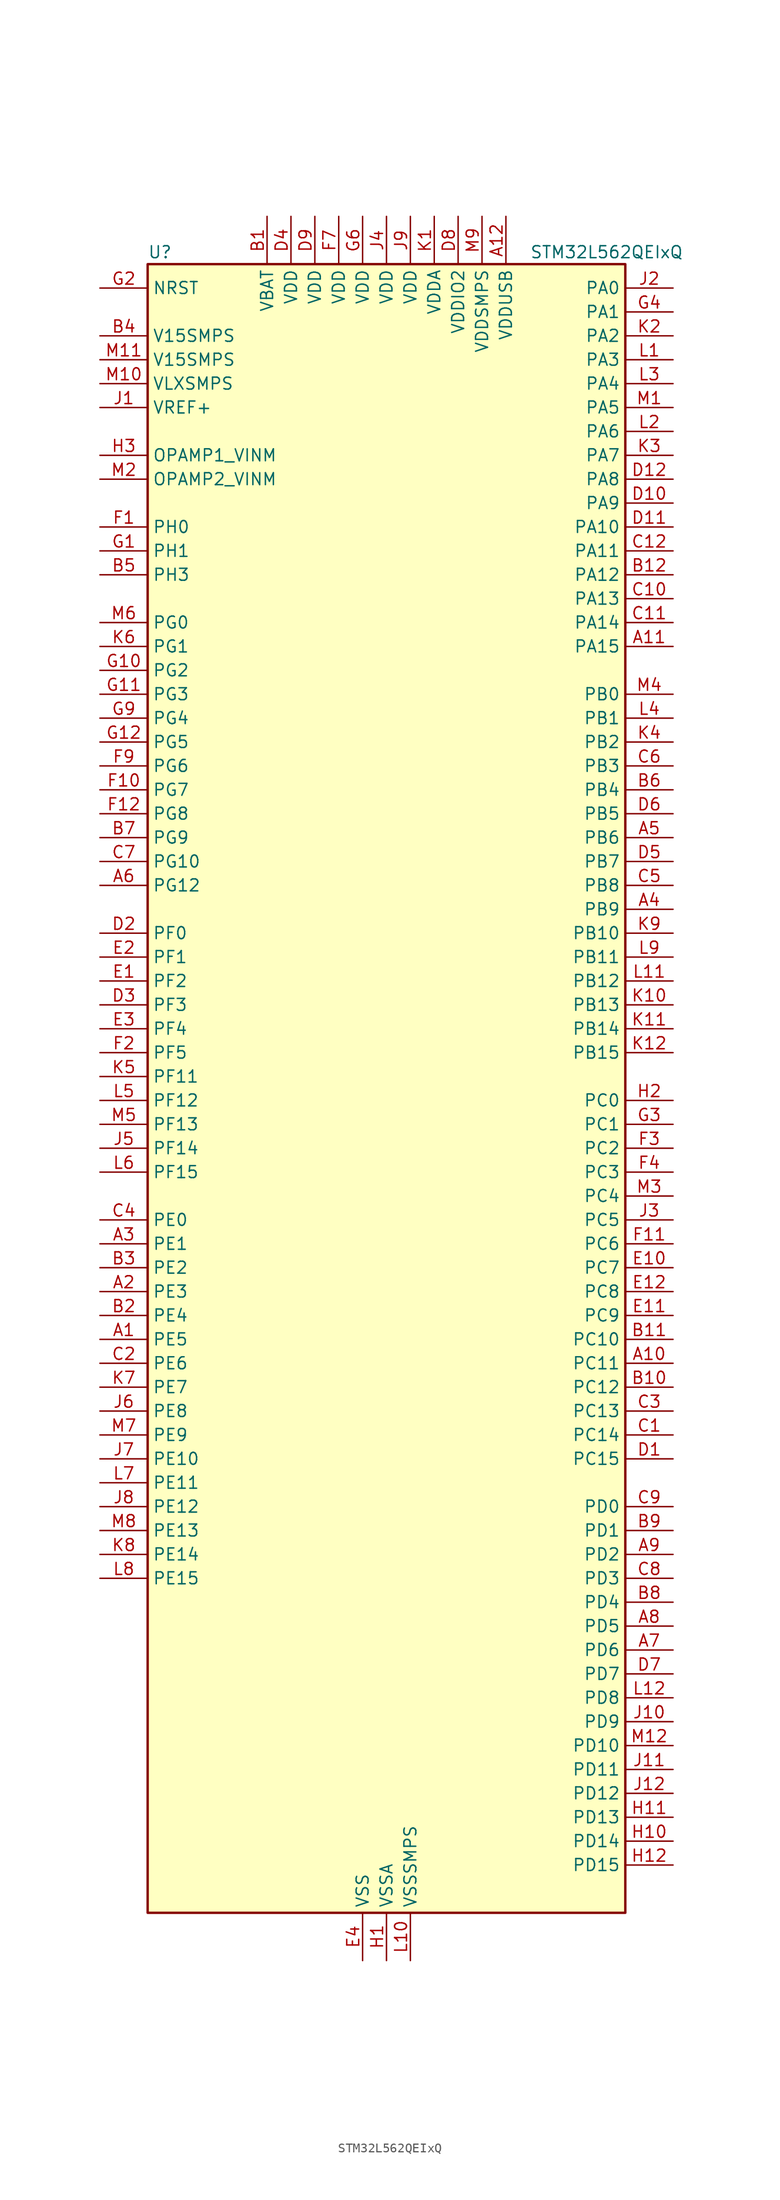
<source format=kicad_sym>
(kicad_symbol_lib
  (version 20220914)
  (generator kicad_symbol_editor)
  (symbol "STM32L562QEIxQ"
    (property "Reference" "U"
      (at -25.4 90.17 0)
      (effects (font (size 1.27 1.27)) (justify left)))
    (property "Value" "STM32L562QEIxQ"
      (at 15.24 90.17 0)
      (effects (font (size 1.27 1.27)) (justify left)))
    (property "ki_locked" ""
      (at 0 0 0)
      (effects (font (size 1.27 1.27))))
    (symbol "STM32L562QEIxQ_0_1"
      (rectangle (start -25.4 -86.36) (end 25.4 88.9) (stroke (width 0.254) (type default)) (fill (type background))))
    (symbol "STM32L562QEIxQ_1_1"
      (pin bidirectional line (at -30.48 -25.4 0) (length 5.08) (name "PE5" (effects (font (size 1.27 1.27)))) (number "A1" (effects (font (size 1.27 1.27)))) (alternate "DEBUG_TRACED2" bidirectional line) (alternate "DFSDM1_CKIN3" bidirectional line) (alternate "FMC_A21" bidirectional line) (alternate "SAI1_CK2" bidirectional line) (alternate "SAI1_SCK_A" bidirectional line) (alternate "TIM3_CH3" bidirectional line) (alternate "TSC_G7_IO4" bidirectional line))
      (pin bidirectional line (at 30.48 -27.94 180) (length 5.08) (name "PC11" (effects (font (size 1.27 1.27)))) (number "A10" (effects (font (size 1.27 1.27)))) (alternate "ADC1_EXTI11" bidirectional line) (alternate "ADC2_EXTI11" bidirectional line) (alternate "LPTIM3_IN1" bidirectional line) (alternate "OCTOSPI1_NCS" bidirectional line) (alternate "SAI2_MCLK_B" bidirectional line) (alternate "SDMMC1_D3" bidirectional line) (alternate "SPI3_MISO" bidirectional line) (alternate "TSC_G3_IO3" bidirectional line) (alternate "UART4_RX" bidirectional line) (alternate "UCPD1_FRSTX2" bidirectional line) (alternate "USART3_RX" bidirectional line))
      (pin bidirectional line (at 30.48 48.26 180) (length 5.08) (name "PA15" (effects (font (size 1.27 1.27)))) (number "A11" (effects (font (size 1.27 1.27)))) (alternate "ADC1_EXTI15" bidirectional line) (alternate "ADC2_EXTI15" bidirectional line) (alternate "DEBUG_JTDI" bidirectional line) (alternate "SAI2_FS_B" bidirectional line) (alternate "SPI1_NSS" bidirectional line) (alternate "SPI3_NSS" bidirectional line) (alternate "TIM2_CH1" bidirectional line) (alternate "TIM2_ETR" bidirectional line) (alternate "UART4_DE" bidirectional line) (alternate "UART4_RTS" bidirectional line) (alternate "UCPD1_CC1" bidirectional line) (alternate "USART2_RX" bidirectional line) (alternate "USART3_DE" bidirectional line) (alternate "USART3_RTS" bidirectional line))
      (pin power_in line (at 12.7 93.98 270) (length 5.08) (name "VDDUSB" (effects (font (size 1.27 1.27)))) (number "A12" (effects (font (size 1.27 1.27)))))
      (pin bidirectional line (at -30.48 -20.32 0) (length 5.08) (name "PE3" (effects (font (size 1.27 1.27)))) (number "A2" (effects (font (size 1.27 1.27)))) (alternate "DEBUG_TRACED0" bidirectional line) (alternate "FMC_A19" bidirectional line) (alternate "OCTOSPI1_DQS" bidirectional line) (alternate "SAI1_SD_B" bidirectional line) (alternate "TIM3_CH1" bidirectional line) (alternate "TSC_G7_IO2" bidirectional line))
      (pin bidirectional line (at -30.48 -15.24 0) (length 5.08) (name "PE1" (effects (font (size 1.27 1.27)))) (number "A3" (effects (font (size 1.27 1.27)))) (alternate "FMC_NBL1" bidirectional line) (alternate "TIM17_CH1" bidirectional line))
      (pin bidirectional line (at 30.48 20.32 180) (length 5.08) (name "PB9" (effects (font (size 1.27 1.27)))) (number "A4" (effects (font (size 1.27 1.27)))) (alternate "DAC1_EXTI9" bidirectional line) (alternate "FDCAN1_TX" bidirectional line) (alternate "I2C1_SDA" bidirectional line) (alternate "IR_OUT" bidirectional line) (alternate "SAI1_D2" bidirectional line) (alternate "SAI1_FS_A" bidirectional line) (alternate "SDMMC1_CDIR" bidirectional line) (alternate "SDMMC1_D5" bidirectional line) (alternate "SPI2_NSS" bidirectional line) (alternate "TIM17_CH1" bidirectional line) (alternate "TIM4_CH4" bidirectional line))
      (pin bidirectional line (at 30.48 27.94 180) (length 5.08) (name "PB6" (effects (font (size 1.27 1.27)))) (number "A5" (effects (font (size 1.27 1.27)))) (alternate "COMP2_INP" bidirectional line) (alternate "I2C1_SCL" bidirectional line) (alternate "I2C4_SCL" bidirectional line) (alternate "LPTIM1_ETR" bidirectional line) (alternate "SAI1_FS_B" bidirectional line) (alternate "TIM16_CH1N" bidirectional line) (alternate "TIM4_CH1" bidirectional line) (alternate "TIM8_BKIN2" bidirectional line) (alternate "TSC_G2_IO3" bidirectional line) (alternate "USART1_TX" bidirectional line))
      (pin bidirectional line (at -30.48 22.86 0) (length 5.08) (name "PG12" (effects (font (size 1.27 1.27)))) (number "A6" (effects (font (size 1.27 1.27)))) (alternate "FMC_NE4" bidirectional line) (alternate "LPTIM1_ETR" bidirectional line) (alternate "SAI2_SD_A" bidirectional line) (alternate "SPI3_NSS" bidirectional line) (alternate "USART1_DE" bidirectional line) (alternate "USART1_RTS" bidirectional line))
      (pin bidirectional line (at 30.48 -58.42 180) (length 5.08) (name "PD6" (effects (font (size 1.27 1.27)))) (number "A7" (effects (font (size 1.27 1.27)))) (alternate "DFSDM1_DATIN1" bidirectional line) (alternate "FMC_NWAIT" bidirectional line) (alternate "OCTOSPI1_IO6" bidirectional line) (alternate "SAI1_D1" bidirectional line) (alternate "SAI1_SD_A" bidirectional line) (alternate "SPI3_MOSI" bidirectional line) (alternate "USART2_RX" bidirectional line))
      (pin bidirectional line (at 30.48 -55.88 180) (length 5.08) (name "PD5" (effects (font (size 1.27 1.27)))) (number "A8" (effects (font (size 1.27 1.27)))) (alternate "FMC_NWE" bidirectional line) (alternate "OCTOSPI1_IO5" bidirectional line) (alternate "USART2_TX" bidirectional line))
      (pin bidirectional line (at 30.48 -48.26 180) (length 5.08) (name "PD2" (effects (font (size 1.27 1.27)))) (number "A9" (effects (font (size 1.27 1.27)))) (alternate "DEBUG_TRACED2" bidirectional line) (alternate "SDMMC1_CMD" bidirectional line) (alternate "TIM3_ETR" bidirectional line) (alternate "TSC_SYNC" bidirectional line) (alternate "UART5_RX" bidirectional line) (alternate "USART3_DE" bidirectional line) (alternate "USART3_RTS" bidirectional line))
      (pin power_in line (at -12.7 93.98 270) (length 5.08) (name "VBAT" (effects (font (size 1.27 1.27)))) (number "B1" (effects (font (size 1.27 1.27)))))
      (pin bidirectional line (at 30.48 -30.48 180) (length 5.08) (name "PC12" (effects (font (size 1.27 1.27)))) (number "B10" (effects (font (size 1.27 1.27)))) (alternate "DEBUG_TRACED3" bidirectional line) (alternate "SAI2_SD_B" bidirectional line) (alternate "SDMMC1_CK" bidirectional line) (alternate "SPI3_MOSI" bidirectional line) (alternate "TSC_G3_IO4" bidirectional line) (alternate "UART5_TX" bidirectional line) (alternate "USART3_CK" bidirectional line))
      (pin bidirectional line (at 30.48 -25.4 180) (length 5.08) (name "PC10" (effects (font (size 1.27 1.27)))) (number "B11" (effects (font (size 1.27 1.27)))) (alternate "DEBUG_TRACED1" bidirectional line) (alternate "LPTIM3_ETR" bidirectional line) (alternate "SAI2_SCK_B" bidirectional line) (alternate "SDMMC1_D2" bidirectional line) (alternate "SPI3_SCK" bidirectional line) (alternate "TSC_G3_IO2" bidirectional line) (alternate "UART4_TX" bidirectional line) (alternate "USART3_TX" bidirectional line))
      (pin bidirectional line (at 30.48 55.88 180) (length 5.08) (name "PA12" (effects (font (size 1.27 1.27)))) (number "B12" (effects (font (size 1.27 1.27)))) (alternate "FDCAN1_TX" bidirectional line) (alternate "SPI1_MOSI" bidirectional line) (alternate "TIM1_ETR" bidirectional line) (alternate "USART1_DE" bidirectional line) (alternate "USART1_RTS" bidirectional line) (alternate "USB_DP" bidirectional line))
      (pin bidirectional line (at -30.48 -22.86 0) (length 5.08) (name "PE4" (effects (font (size 1.27 1.27)))) (number "B2" (effects (font (size 1.27 1.27)))) (alternate "DEBUG_TRACED1" bidirectional line) (alternate "DFSDM1_DATIN3" bidirectional line) (alternate "FMC_A20" bidirectional line) (alternate "SAI1_D2" bidirectional line) (alternate "SAI1_FS_A" bidirectional line) (alternate "TIM3_CH2" bidirectional line) (alternate "TSC_G7_IO3" bidirectional line))
      (pin bidirectional line (at -30.48 -17.78 0) (length 5.08) (name "PE2" (effects (font (size 1.27 1.27)))) (number "B3" (effects (font (size 1.27 1.27)))) (alternate "DEBUG_TRACECLK" bidirectional line) (alternate "FMC_A23" bidirectional line) (alternate "SAI1_CK1" bidirectional line) (alternate "SAI1_MCLK_A" bidirectional line) (alternate "TIM3_ETR" bidirectional line) (alternate "TSC_G7_IO1" bidirectional line))
      (pin power_in line (at -30.48 81.28 0) (length 5.08) (name "V15SMPS" (effects (font (size 1.27 1.27)))) (number "B4" (effects (font (size 1.27 1.27)))))
      (pin bidirectional line (at -30.48 55.88 0) (length 5.08) (name "PH3" (effects (font (size 1.27 1.27)))) (number "B5" (effects (font (size 1.27 1.27)))))
      (pin bidirectional line (at 30.48 33.02 180) (length 5.08) (name "PB4" (effects (font (size 1.27 1.27)))) (number "B6" (effects (font (size 1.27 1.27)))) (alternate "COMP2_INP" bidirectional line) (alternate "DEBUG_JTRST" bidirectional line) (alternate "I2C3_SDA" bidirectional line) (alternate "SAI1_MCLK_B" bidirectional line) (alternate "SPI1_MISO" bidirectional line) (alternate "SPI3_MISO" bidirectional line) (alternate "TIM17_BKIN" bidirectional line) (alternate "TIM3_CH1" bidirectional line) (alternate "TSC_G2_IO1" bidirectional line) (alternate "UART5_DE" bidirectional line) (alternate "UART5_RTS" bidirectional line) (alternate "USART1_CTS" bidirectional line) (alternate "USART1_NSS" bidirectional line))
      (pin bidirectional line (at -30.48 27.94 0) (length 5.08) (name "PG9" (effects (font (size 1.27 1.27)))) (number "B7" (effects (font (size 1.27 1.27)))) (alternate "DAC1_EXTI9" bidirectional line) (alternate "FMC_NCE" bidirectional line) (alternate "FMC_NE2" bidirectional line) (alternate "SAI2_SCK_A" bidirectional line) (alternate "SPI3_SCK" bidirectional line) (alternate "TIM15_CH1N" bidirectional line) (alternate "USART1_TX" bidirectional line))
      (pin bidirectional line (at 30.48 -53.34 180) (length 5.08) (name "PD4" (effects (font (size 1.27 1.27)))) (number "B8" (effects (font (size 1.27 1.27)))) (alternate "DFSDM1_CKIN0" bidirectional line) (alternate "FMC_NOE" bidirectional line) (alternate "OCTOSPI1_IO4" bidirectional line) (alternate "SPI2_MOSI" bidirectional line) (alternate "USART2_DE" bidirectional line) (alternate "USART2_RTS" bidirectional line))
      (pin bidirectional line (at 30.48 -45.72 180) (length 5.08) (name "PD1" (effects (font (size 1.27 1.27)))) (number "B9" (effects (font (size 1.27 1.27)))) (alternate "FDCAN1_TX" bidirectional line) (alternate "FMC_D3" bidirectional line) (alternate "FMC_DA3" bidirectional line) (alternate "SPI2_SCK" bidirectional line))
      (pin bidirectional line (at 30.48 -35.56 180) (length 5.08) (name "PC14" (effects (font (size 1.27 1.27)))) (number "C1" (effects (font (size 1.27 1.27)))) (alternate "RCC_OSC32_IN" bidirectional line))
      (pin bidirectional line (at 30.48 53.34 180) (length 5.08) (name "PA13" (effects (font (size 1.27 1.27)))) (number "C10" (effects (font (size 1.27 1.27)))) (alternate "DEBUG_JTMS-SWDIO" bidirectional line) (alternate "IR_OUT" bidirectional line) (alternate "SAI1_SD_B" bidirectional line) (alternate "USB_NOE" bidirectional line))
      (pin bidirectional line (at 30.48 50.8 180) (length 5.08) (name "PA14" (effects (font (size 1.27 1.27)))) (number "C11" (effects (font (size 1.27 1.27)))) (alternate "DEBUG_JTCK-SWCLK" bidirectional line) (alternate "I2C1_SMBA" bidirectional line) (alternate "I2C4_SMBA" bidirectional line) (alternate "LPTIM1_OUT" bidirectional line) (alternate "SAI1_FS_B" bidirectional line))
      (pin bidirectional line (at 30.48 58.42 180) (length 5.08) (name "PA11" (effects (font (size 1.27 1.27)))) (number "C12" (effects (font (size 1.27 1.27)))) (alternate "ADC1_EXTI11" bidirectional line) (alternate "ADC2_EXTI11" bidirectional line) (alternate "FDCAN1_RX" bidirectional line) (alternate "SPI1_MISO" bidirectional line) (alternate "TIM1_BKIN2" bidirectional line) (alternate "TIM1_CH4" bidirectional line) (alternate "USART1_CTS" bidirectional line) (alternate "USART1_NSS" bidirectional line) (alternate "USB_DM" bidirectional line))
      (pin bidirectional line (at -30.48 -27.94 0) (length 5.08) (name "PE6" (effects (font (size 1.27 1.27)))) (number "C2" (effects (font (size 1.27 1.27)))) (alternate "DEBUG_TRACED3" bidirectional line) (alternate "FMC_A22" bidirectional line) (alternate "PWR_WKUP3" bidirectional line) (alternate "SAI1_D1" bidirectional line) (alternate "SAI1_SD_A" bidirectional line) (alternate "TAMP_IN3" bidirectional line) (alternate "TAMP_OUT6" bidirectional line) (alternate "TIM3_CH4" bidirectional line))
      (pin bidirectional line (at 30.48 -33.02 180) (length 5.08) (name "PC13" (effects (font (size 1.27 1.27)))) (number "C3" (effects (font (size 1.27 1.27)))) (alternate "PWR_WKUP2" bidirectional line) (alternate "RTC_OUT1" bidirectional line) (alternate "RTC_TS" bidirectional line) (alternate "TAMP_IN1" bidirectional line) (alternate "TAMP_OUT2" bidirectional line))
      (pin bidirectional line (at -30.48 -12.7 0) (length 5.08) (name "PE0" (effects (font (size 1.27 1.27)))) (number "C4" (effects (font (size 1.27 1.27)))) (alternate "FMC_NBL0" bidirectional line) (alternate "TIM16_CH1" bidirectional line) (alternate "TIM4_ETR" bidirectional line))
      (pin bidirectional line (at 30.48 22.86 180) (length 5.08) (name "PB8" (effects (font (size 1.27 1.27)))) (number "C5" (effects (font (size 1.27 1.27)))) (alternate "DFSDM1_CKOUT" bidirectional line) (alternate "FDCAN1_RX" bidirectional line) (alternate "I2C1_SCL" bidirectional line) (alternate "SAI1_CK1" bidirectional line) (alternate "SAI1_MCLK_A" bidirectional line) (alternate "SDMMC1_CKIN" bidirectional line) (alternate "SDMMC1_D4" bidirectional line) (alternate "TIM16_CH1" bidirectional line) (alternate "TIM4_CH3" bidirectional line))
      (pin bidirectional line (at 30.48 35.56 180) (length 5.08) (name "PB3" (effects (font (size 1.27 1.27)))) (number "C6" (effects (font (size 1.27 1.27)))) (alternate "COMP2_INM" bidirectional line) (alternate "CRS_SYNC" bidirectional line) (alternate "DEBUG_JTDO-SWO" bidirectional line) (alternate "SAI1_SCK_B" bidirectional line) (alternate "SPI1_SCK" bidirectional line) (alternate "SPI3_SCK" bidirectional line) (alternate "TIM2_CH2" bidirectional line) (alternate "USART1_DE" bidirectional line) (alternate "USART1_RTS" bidirectional line))
      (pin bidirectional line (at -30.48 25.4 0) (length 5.08) (name "PG10" (effects (font (size 1.27 1.27)))) (number "C7" (effects (font (size 1.27 1.27)))) (alternate "FMC_NE3" bidirectional line) (alternate "LPTIM1_IN1" bidirectional line) (alternate "SAI2_FS_A" bidirectional line) (alternate "SPI3_MISO" bidirectional line) (alternate "TIM15_CH1" bidirectional line) (alternate "USART1_RX" bidirectional line))
      (pin bidirectional line (at 30.48 -50.8 180) (length 5.08) (name "PD3" (effects (font (size 1.27 1.27)))) (number "C8" (effects (font (size 1.27 1.27)))) (alternate "DFSDM1_DATIN0" bidirectional line) (alternate "FMC_CLK" bidirectional line) (alternate "SPI2_MISO" bidirectional line) (alternate "SPI2_SCK" bidirectional line) (alternate "USART2_CTS" bidirectional line) (alternate "USART2_NSS" bidirectional line))
      (pin bidirectional line (at 30.48 -43.18 180) (length 5.08) (name "PD0" (effects (font (size 1.27 1.27)))) (number "C9" (effects (font (size 1.27 1.27)))) (alternate "FDCAN1_RX" bidirectional line) (alternate "FMC_D2" bidirectional line) (alternate "FMC_DA2" bidirectional line) (alternate "SPI2_NSS" bidirectional line))
      (pin bidirectional line (at 30.48 -38.1 180) (length 5.08) (name "PC15" (effects (font (size 1.27 1.27)))) (number "D1" (effects (font (size 1.27 1.27)))) (alternate "ADC1_EXTI15" bidirectional line) (alternate "ADC2_EXTI15" bidirectional line) (alternate "RCC_OSC32_OUT" bidirectional line))
      (pin bidirectional line (at 30.48 63.5 180) (length 5.08) (name "PA9" (effects (font (size 1.27 1.27)))) (number "D10" (effects (font (size 1.27 1.27)))) (alternate "DAC1_EXTI9" bidirectional line) (alternate "SAI1_FS_A" bidirectional line) (alternate "SPI2_SCK" bidirectional line) (alternate "TIM15_BKIN" bidirectional line) (alternate "TIM1_CH2" bidirectional line) (alternate "USART1_TX" bidirectional line))
      (pin bidirectional line (at 30.48 60.96 180) (length 5.08) (name "PA10" (effects (font (size 1.27 1.27)))) (number "D11" (effects (font (size 1.27 1.27)))) (alternate "CRS_SYNC" bidirectional line) (alternate "SAI1_D1" bidirectional line) (alternate "SAI1_SD_A" bidirectional line) (alternate "TIM17_BKIN" bidirectional line) (alternate "TIM1_CH3" bidirectional line) (alternate "USART1_RX" bidirectional line))
      (pin bidirectional line (at 30.48 66.04 180) (length 5.08) (name "PA8" (effects (font (size 1.27 1.27)))) (number "D12" (effects (font (size 1.27 1.27)))) (alternate "LPTIM2_OUT" bidirectional line) (alternate "RCC_MCO" bidirectional line) (alternate "SAI1_CK2" bidirectional line) (alternate "SAI1_SCK_A" bidirectional line) (alternate "TIM1_CH1" bidirectional line) (alternate "USART1_CK" bidirectional line))
      (pin bidirectional line (at -30.48 17.78 0) (length 5.08) (name "PF0" (effects (font (size 1.27 1.27)))) (number "D2" (effects (font (size 1.27 1.27)))) (alternate "FMC_A0" bidirectional line) (alternate "I2C2_SDA" bidirectional line))
      (pin bidirectional line (at -30.48 10.16 0) (length 5.08) (name "PF3" (effects (font (size 1.27 1.27)))) (number "D3" (effects (font (size 1.27 1.27)))) (alternate "FMC_A3" bidirectional line) (alternate "LPTIM3_IN1" bidirectional line))
      (pin power_in line (at -10.16 93.98 270) (length 5.08) (name "VDD" (effects (font (size 1.27 1.27)))) (number "D4" (effects (font (size 1.27 1.27)))))
      (pin bidirectional line (at 30.48 25.4 180) (length 5.08) (name "PB7" (effects (font (size 1.27 1.27)))) (number "D5" (effects (font (size 1.27 1.27)))) (alternate "COMP2_INM" bidirectional line) (alternate "FMC_NL" bidirectional line) (alternate "I2C1_SDA" bidirectional line) (alternate "I2C4_SDA" bidirectional line) (alternate "LPTIM1_IN2" bidirectional line) (alternate "PWR_PVD_IN" bidirectional line) (alternate "TIM17_CH1N" bidirectional line) (alternate "TIM4_CH2" bidirectional line) (alternate "TIM8_BKIN" bidirectional line) (alternate "TSC_G2_IO4" bidirectional line) (alternate "UART4_CTS" bidirectional line) (alternate "USART1_RX" bidirectional line))
      (pin bidirectional line (at 30.48 30.48 180) (length 5.08) (name "PB5" (effects (font (size 1.27 1.27)))) (number "D6" (effects (font (size 1.27 1.27)))) (alternate "COMP2_OUT" bidirectional line) (alternate "I2C1_SMBA" bidirectional line) (alternate "LPTIM1_IN1" bidirectional line) (alternate "OCTOSPI1_NCLK" bidirectional line) (alternate "SAI1_SD_B" bidirectional line) (alternate "SPI1_MOSI" bidirectional line) (alternate "SPI3_MOSI" bidirectional line) (alternate "TIM16_BKIN" bidirectional line) (alternate "TIM3_CH2" bidirectional line) (alternate "TSC_G2_IO2" bidirectional line) (alternate "UART5_CTS" bidirectional line) (alternate "UCPD1_DBCC1" bidirectional line) (alternate "USART1_CK" bidirectional line))
      (pin bidirectional line (at 30.48 -60.96 180) (length 5.08) (name "PD7" (effects (font (size 1.27 1.27)))) (number "D7" (effects (font (size 1.27 1.27)))) (alternate "DFSDM1_CKIN1" bidirectional line) (alternate "FMC_NCE" bidirectional line) (alternate "FMC_NE1" bidirectional line) (alternate "OCTOSPI1_IO7" bidirectional line) (alternate "USART2_CK" bidirectional line))
      (pin power_in line (at 7.62 93.98 270) (length 5.08) (name "VDDIO2" (effects (font (size 1.27 1.27)))) (number "D8" (effects (font (size 1.27 1.27)))))
      (pin power_in line (at -7.62 93.98 270) (length 5.08) (name "VDD" (effects (font (size 1.27 1.27)))) (number "D9" (effects (font (size 1.27 1.27)))))
      (pin bidirectional line (at -30.48 12.7 0) (length 5.08) (name "PF2" (effects (font (size 1.27 1.27)))) (number "E1" (effects (font (size 1.27 1.27)))) (alternate "FMC_A2" bidirectional line) (alternate "I2C2_SMBA" bidirectional line))
      (pin bidirectional line (at 30.48 -17.78 180) (length 5.08) (name "PC7" (effects (font (size 1.27 1.27)))) (number "E10" (effects (font (size 1.27 1.27)))) (alternate "DFSDM1_DATIN3" bidirectional line) (alternate "SAI2_MCLK_B" bidirectional line) (alternate "SDMMC1_D123DIR" bidirectional line) (alternate "SDMMC1_D7" bidirectional line) (alternate "TIM3_CH2" bidirectional line) (alternate "TIM8_CH2" bidirectional line) (alternate "TSC_G4_IO2" bidirectional line))
      (pin bidirectional line (at 30.48 -22.86 180) (length 5.08) (name "PC9" (effects (font (size 1.27 1.27)))) (number "E11" (effects (font (size 1.27 1.27)))) (alternate "DAC1_EXTI9" bidirectional line) (alternate "DEBUG_TRACED0" bidirectional line) (alternate "SAI2_EXTCLK" bidirectional line) (alternate "SDMMC1_D1" bidirectional line) (alternate "TIM3_CH4" bidirectional line) (alternate "TIM8_BKIN2" bidirectional line) (alternate "TIM8_CH4" bidirectional line) (alternate "TSC_G4_IO4" bidirectional line) (alternate "USB_NOE" bidirectional line))
      (pin bidirectional line (at 30.48 -20.32 180) (length 5.08) (name "PC8" (effects (font (size 1.27 1.27)))) (number "E12" (effects (font (size 1.27 1.27)))) (alternate "SDMMC1_D0" bidirectional line) (alternate "TIM3_CH3" bidirectional line) (alternate "TIM8_CH3" bidirectional line) (alternate "TSC_G4_IO3" bidirectional line))
      (pin bidirectional line (at -30.48 15.24 0) (length 5.08) (name "PF1" (effects (font (size 1.27 1.27)))) (number "E2" (effects (font (size 1.27 1.27)))) (alternate "FMC_A1" bidirectional line) (alternate "I2C2_SCL" bidirectional line))
      (pin bidirectional line (at -30.48 7.62 0) (length 5.08) (name "PF4" (effects (font (size 1.27 1.27)))) (number "E3" (effects (font (size 1.27 1.27)))) (alternate "FMC_A4" bidirectional line) (alternate "LPTIM3_ETR" bidirectional line))
      (pin power_in line (at -2.54 -91.44 90) (length 5.08) (name "VSS" (effects (font (size 1.27 1.27)))) (number "E4" (effects (font (size 1.27 1.27)))))
      (pin passive line (at -2.54 -91.44 90) (length 5.08) hide (name "VSS" (effects (font (size 1.27 1.27)))) (number "E9" (effects (font (size 1.27 1.27)))))
      (pin bidirectional line (at -30.48 60.96 0) (length 5.08) (name "PH0" (effects (font (size 1.27 1.27)))) (number "F1" (effects (font (size 1.27 1.27)))) (alternate "RCC_OSC_IN" bidirectional line))
      (pin bidirectional line (at -30.48 33.02 0) (length 5.08) (name "PG7" (effects (font (size 1.27 1.27)))) (number "F10" (effects (font (size 1.27 1.27)))) (alternate "DFSDM1_CKOUT" bidirectional line) (alternate "FMC_INT" bidirectional line) (alternate "I2C3_SCL" bidirectional line) (alternate "LPUART1_TX" bidirectional line) (alternate "SAI1_CK1" bidirectional line) (alternate "SAI1_MCLK_A" bidirectional line) (alternate "UCPD1_FRSTX2" bidirectional line))
      (pin bidirectional line (at 30.48 -15.24 180) (length 5.08) (name "PC6" (effects (font (size 1.27 1.27)))) (number "F11" (effects (font (size 1.27 1.27)))) (alternate "DFSDM1_CKIN3" bidirectional line) (alternate "SAI2_MCLK_A" bidirectional line) (alternate "SDMMC1_D0DIR" bidirectional line) (alternate "SDMMC1_D6" bidirectional line) (alternate "TIM3_CH1" bidirectional line) (alternate "TIM8_CH1" bidirectional line) (alternate "TSC_G4_IO1" bidirectional line))
      (pin bidirectional line (at -30.48 30.48 0) (length 5.08) (name "PG8" (effects (font (size 1.27 1.27)))) (number "F12" (effects (font (size 1.27 1.27)))) (alternate "I2C3_SDA" bidirectional line) (alternate "LPUART1_RX" bidirectional line))
      (pin bidirectional line (at -30.48 5.08 0) (length 5.08) (name "PF5" (effects (font (size 1.27 1.27)))) (number "F2" (effects (font (size 1.27 1.27)))) (alternate "FMC_A5" bidirectional line) (alternate "LPTIM3_OUT" bidirectional line))
      (pin bidirectional line (at 30.48 -5.08 180) (length 5.08) (name "PC2" (effects (font (size 1.27 1.27)))) (number "F3" (effects (font (size 1.27 1.27)))) (alternate "ADC1_IN3" bidirectional line) (alternate "ADC2_IN3" bidirectional line) (alternate "DFSDM1_CKOUT" bidirectional line) (alternate "LPTIM1_IN2" bidirectional line) (alternate "OCTOSPI1_IO5" bidirectional line) (alternate "SPI2_MISO" bidirectional line))
      (pin bidirectional line (at 30.48 -7.62 180) (length 5.08) (name "PC3" (effects (font (size 1.27 1.27)))) (number "F4" (effects (font (size 1.27 1.27)))) (alternate "ADC1_IN4" bidirectional line) (alternate "ADC2_IN4" bidirectional line) (alternate "LPTIM1_ETR" bidirectional line) (alternate "LPTIM2_ETR" bidirectional line) (alternate "LPTIM3_OUT" bidirectional line) (alternate "OCTOSPI1_IO6" bidirectional line) (alternate "SAI1_D1" bidirectional line) (alternate "SAI1_SD_A" bidirectional line) (alternate "SPI2_MOSI" bidirectional line))
      (pin passive line (at -2.54 -91.44 90) (length 5.08) hide (name "VSS" (effects (font (size 1.27 1.27)))) (number "F6" (effects (font (size 1.27 1.27)))))
      (pin power_in line (at -5.08 93.98 270) (length 5.08) (name "VDD" (effects (font (size 1.27 1.27)))) (number "F7" (effects (font (size 1.27 1.27)))))
      (pin bidirectional line (at -30.48 35.56 0) (length 5.08) (name "PG6" (effects (font (size 1.27 1.27)))) (number "F9" (effects (font (size 1.27 1.27)))) (alternate "I2C3_SMBA" bidirectional line) (alternate "LPUART1_DE" bidirectional line) (alternate "LPUART1_RTS" bidirectional line) (alternate "OCTOSPI1_DQS" bidirectional line) (alternate "UCPD1_FRSTX1" bidirectional line))
      (pin bidirectional line (at -30.48 58.42 0) (length 5.08) (name "PH1" (effects (font (size 1.27 1.27)))) (number "G1" (effects (font (size 1.27 1.27)))) (alternate "RCC_OSC_OUT" bidirectional line))
      (pin bidirectional line (at -30.48 45.72 0) (length 5.08) (name "PG2" (effects (font (size 1.27 1.27)))) (number "G10" (effects (font (size 1.27 1.27)))) (alternate "FMC_A12" bidirectional line) (alternate "SAI2_SCK_B" bidirectional line) (alternate "SPI1_SCK" bidirectional line))
      (pin bidirectional line (at -30.48 43.18 0) (length 5.08) (name "PG3" (effects (font (size 1.27 1.27)))) (number "G11" (effects (font (size 1.27 1.27)))) (alternate "FMC_A13" bidirectional line) (alternate "SAI2_FS_B" bidirectional line) (alternate "SPI1_MISO" bidirectional line))
      (pin bidirectional line (at -30.48 38.1 0) (length 5.08) (name "PG5" (effects (font (size 1.27 1.27)))) (number "G12" (effects (font (size 1.27 1.27)))) (alternate "FMC_A15" bidirectional line) (alternate "LPUART1_CTS" bidirectional line) (alternate "SAI2_SD_B" bidirectional line) (alternate "SPI1_NSS" bidirectional line))
      (pin input line (at -30.48 86.36 0) (length 5.08) (name "NRST" (effects (font (size 1.27 1.27)))) (number "G2" (effects (font (size 1.27 1.27)))))
      (pin bidirectional line (at 30.48 -2.54 180) (length 5.08) (name "PC1" (effects (font (size 1.27 1.27)))) (number "G3" (effects (font (size 1.27 1.27)))) (alternate "ADC1_IN2" bidirectional line) (alternate "ADC2_IN2" bidirectional line) (alternate "DEBUG_TRACED0" bidirectional line) (alternate "I2C3_SDA" bidirectional line) (alternate "LPTIM1_OUT" bidirectional line) (alternate "LPUART1_TX" bidirectional line) (alternate "OCTOSPI1_IO4" bidirectional line) (alternate "SAI1_SD_A" bidirectional line) (alternate "SPI2_MOSI" bidirectional line))
      (pin bidirectional line (at 30.48 83.82 180) (length 5.08) (name "PA1" (effects (font (size 1.27 1.27)))) (number "G4" (effects (font (size 1.27 1.27)))) (alternate "ADC1_IN6" bidirectional line) (alternate "ADC2_IN6" bidirectional line) (alternate "I2C1_SMBA" bidirectional line) (alternate "OCTOSPI1_DQS" bidirectional line) (alternate "OPAMP1_VINM" bidirectional line) (alternate "SPI1_SCK" bidirectional line) (alternate "TAMP_IN5" bidirectional line) (alternate "TAMP_OUT4" bidirectional line) (alternate "TIM15_CH1N" bidirectional line) (alternate "TIM2_CH2" bidirectional line) (alternate "TIM5_CH2" bidirectional line) (alternate "UART4_RX" bidirectional line) (alternate "USART2_DE" bidirectional line) (alternate "USART2_RTS" bidirectional line))
      (pin power_in line (at -2.54 93.98 270) (length 5.08) (name "VDD" (effects (font (size 1.27 1.27)))) (number "G6" (effects (font (size 1.27 1.27)))))
      (pin passive line (at -2.54 -91.44 90) (length 5.08) hide (name "VSS" (effects (font (size 1.27 1.27)))) (number "G7" (effects (font (size 1.27 1.27)))))
      (pin bidirectional line (at -30.48 40.64 0) (length 5.08) (name "PG4" (effects (font (size 1.27 1.27)))) (number "G9" (effects (font (size 1.27 1.27)))) (alternate "FMC_A14" bidirectional line) (alternate "SAI2_MCLK_B" bidirectional line) (alternate "SPI1_MOSI" bidirectional line))
      (pin power_in line (at 0 -91.44 90) (length 5.08) (name "VSSA" (effects (font (size 1.27 1.27)))) (number "H1" (effects (font (size 1.27 1.27)))))
      (pin bidirectional line (at 30.48 -78.74 180) (length 5.08) (name "PD14" (effects (font (size 1.27 1.27)))) (number "H10" (effects (font (size 1.27 1.27)))) (alternate "FMC_D0" bidirectional line) (alternate "FMC_DA0" bidirectional line) (alternate "TIM4_CH3" bidirectional line))
      (pin bidirectional line (at 30.48 -76.2 180) (length 5.08) (name "PD13" (effects (font (size 1.27 1.27)))) (number "H11" (effects (font (size 1.27 1.27)))) (alternate "FMC_A18" bidirectional line) (alternate "I2C4_SDA" bidirectional line) (alternate "LPTIM2_OUT" bidirectional line) (alternate "TIM4_CH2" bidirectional line) (alternate "TSC_G6_IO4" bidirectional line))
      (pin bidirectional line (at 30.48 -81.28 180) (length 5.08) (name "PD15" (effects (font (size 1.27 1.27)))) (number "H12" (effects (font (size 1.27 1.27)))) (alternate "ADC1_EXTI15" bidirectional line) (alternate "ADC2_EXTI15" bidirectional line) (alternate "FMC_D1" bidirectional line) (alternate "FMC_DA1" bidirectional line) (alternate "TIM4_CH4" bidirectional line))
      (pin bidirectional line (at 30.48 0 180) (length 5.08) (name "PC0" (effects (font (size 1.27 1.27)))) (number "H2" (effects (font (size 1.27 1.27)))) (alternate "ADC1_IN1" bidirectional line) (alternate "ADC2_IN1" bidirectional line) (alternate "I2C3_SCL" bidirectional line) (alternate "LPTIM1_IN1" bidirectional line) (alternate "LPTIM2_IN1" bidirectional line) (alternate "LPUART1_RX" bidirectional line) (alternate "OCTOSPI1_IO7" bidirectional line) (alternate "SAI2_FS_A" bidirectional line) (alternate "SDMMC1_D5" bidirectional line))
      (pin bidirectional line (at -30.48 68.58 0) (length 5.08) (name "OPAMP1_VINM" (effects (font (size 1.27 1.27)))) (number "H3" (effects (font (size 1.27 1.27)))) (alternate "OPAMP1_VINM" bidirectional line))
      (pin passive line (at -2.54 -91.44 90) (length 5.08) hide (name "VSS" (effects (font (size 1.27 1.27)))) (number "H4" (effects (font (size 1.27 1.27)))))
      (pin passive line (at -2.54 -91.44 90) (length 5.08) hide (name "VSS" (effects (font (size 1.27 1.27)))) (number "H9" (effects (font (size 1.27 1.27)))))
      (pin input line (at -30.48 73.66 0) (length 5.08) (name "VREF+" (effects (font (size 1.27 1.27)))) (number "J1" (effects (font (size 1.27 1.27)))))
      (pin bidirectional line (at 30.48 -66.04 180) (length 5.08) (name "PD9" (effects (font (size 1.27 1.27)))) (number "J10" (effects (font (size 1.27 1.27)))) (alternate "DAC1_EXTI9" bidirectional line) (alternate "FMC_D14" bidirectional line) (alternate "FMC_DA14" bidirectional line) (alternate "SAI2_MCLK_A" bidirectional line) (alternate "USART3_RX" bidirectional line))
      (pin bidirectional line (at 30.48 -71.12 180) (length 5.08) (name "PD11" (effects (font (size 1.27 1.27)))) (number "J11" (effects (font (size 1.27 1.27)))) (alternate "ADC1_EXTI11" bidirectional line) (alternate "ADC2_EXTI11" bidirectional line) (alternate "FMC_A16" bidirectional line) (alternate "FMC_CLE" bidirectional line) (alternate "I2C4_SMBA" bidirectional line) (alternate "LPTIM2_ETR" bidirectional line) (alternate "SAI2_SD_A" bidirectional line) (alternate "TSC_G6_IO2" bidirectional line) (alternate "USART3_CTS" bidirectional line) (alternate "USART3_NSS" bidirectional line))
      (pin bidirectional line (at 30.48 -73.66 180) (length 5.08) (name "PD12" (effects (font (size 1.27 1.27)))) (number "J12" (effects (font (size 1.27 1.27)))) (alternate "FMC_A17" bidirectional line) (alternate "FMC_ALE" bidirectional line) (alternate "I2C4_SCL" bidirectional line) (alternate "LPTIM2_IN1" bidirectional line) (alternate "SAI2_FS_A" bidirectional line) (alternate "TIM4_CH1" bidirectional line) (alternate "TSC_G6_IO3" bidirectional line) (alternate "USART3_DE" bidirectional line) (alternate "USART3_RTS" bidirectional line))
      (pin bidirectional line (at 30.48 86.36 180) (length 5.08) (name "PA0" (effects (font (size 1.27 1.27)))) (number "J2" (effects (font (size 1.27 1.27)))) (alternate "ADC1_IN5" bidirectional line) (alternate "ADC2_IN5" bidirectional line) (alternate "OPAMP1_VINP" bidirectional line) (alternate "PWR_WKUP1" bidirectional line) (alternate "SAI1_EXTCLK" bidirectional line) (alternate "TAMP_IN2" bidirectional line) (alternate "TAMP_OUT1" bidirectional line) (alternate "TIM2_CH1" bidirectional line) (alternate "TIM2_ETR" bidirectional line) (alternate "TIM5_CH1" bidirectional line) (alternate "TIM8_ETR" bidirectional line) (alternate "UART4_TX" bidirectional line) (alternate "USART2_CTS" bidirectional line) (alternate "USART2_NSS" bidirectional line))
      (pin bidirectional line (at 30.48 -12.7 180) (length 5.08) (name "PC5" (effects (font (size 1.27 1.27)))) (number "J3" (effects (font (size 1.27 1.27)))) (alternate "ADC1_IN14" bidirectional line) (alternate "ADC2_IN14" bidirectional line) (alternate "COMP1_INP" bidirectional line) (alternate "PWR_WKUP5" bidirectional line) (alternate "SAI1_D3" bidirectional line) (alternate "TAMP_IN4" bidirectional line) (alternate "TAMP_OUT5" bidirectional line) (alternate "USART3_RX" bidirectional line))
      (pin power_in line (at 0 93.98 270) (length 5.08) (name "VDD" (effects (font (size 1.27 1.27)))) (number "J4" (effects (font (size 1.27 1.27)))))
      (pin bidirectional line (at -30.48 -5.08 0) (length 5.08) (name "PF14" (effects (font (size 1.27 1.27)))) (number "J5" (effects (font (size 1.27 1.27)))) (alternate "FMC_A8" bidirectional line) (alternate "I2C4_SCL" bidirectional line) (alternate "TSC_G8_IO1" bidirectional line))
      (pin bidirectional line (at -30.48 -33.02 0) (length 5.08) (name "PE8" (effects (font (size 1.27 1.27)))) (number "J6" (effects (font (size 1.27 1.27)))) (alternate "DFSDM1_CKIN2" bidirectional line) (alternate "FMC_D5" bidirectional line) (alternate "FMC_DA5" bidirectional line) (alternate "SAI1_SCK_B" bidirectional line) (alternate "TIM1_CH1N" bidirectional line))
      (pin bidirectional line (at -30.48 -38.1 0) (length 5.08) (name "PE10" (effects (font (size 1.27 1.27)))) (number "J7" (effects (font (size 1.27 1.27)))) (alternate "FMC_D7" bidirectional line) (alternate "FMC_DA7" bidirectional line) (alternate "OCTOSPI1_CLK" bidirectional line) (alternate "SAI1_MCLK_B" bidirectional line) (alternate "TIM1_CH2N" bidirectional line) (alternate "TSC_G5_IO1" bidirectional line))
      (pin bidirectional line (at -30.48 -43.18 0) (length 5.08) (name "PE12" (effects (font (size 1.27 1.27)))) (number "J8" (effects (font (size 1.27 1.27)))) (alternate "FMC_D9" bidirectional line) (alternate "FMC_DA9" bidirectional line) (alternate "OCTOSPI1_IO0" bidirectional line) (alternate "SPI1_NSS" bidirectional line) (alternate "TIM1_CH3N" bidirectional line) (alternate "TSC_G5_IO3" bidirectional line))
      (pin power_in line (at 2.54 93.98 270) (length 5.08) (name "VDD" (effects (font (size 1.27 1.27)))) (number "J9" (effects (font (size 1.27 1.27)))))
      (pin power_in line (at 5.08 93.98 270) (length 5.08) (name "VDDA" (effects (font (size 1.27 1.27)))) (number "K1" (effects (font (size 1.27 1.27)))))
      (pin bidirectional line (at 30.48 10.16 180) (length 5.08) (name "PB13" (effects (font (size 1.27 1.27)))) (number "K10" (effects (font (size 1.27 1.27)))) (alternate "DFSDM1_CKIN1" bidirectional line) (alternate "I2C2_SCL" bidirectional line) (alternate "LPTIM3_IN1" bidirectional line) (alternate "LPUART1_CTS" bidirectional line) (alternate "SAI2_SCK_A" bidirectional line) (alternate "SPI2_SCK" bidirectional line) (alternate "TIM15_CH1N" bidirectional line) (alternate "TIM1_CH1N" bidirectional line) (alternate "TSC_G1_IO2" bidirectional line) (alternate "UCPD1_FRSTX2" bidirectional line) (alternate "USART3_CTS" bidirectional line) (alternate "USART3_NSS" bidirectional line))
      (pin bidirectional line (at 30.48 7.62 180) (length 5.08) (name "PB14" (effects (font (size 1.27 1.27)))) (number "K11" (effects (font (size 1.27 1.27)))) (alternate "DFSDM1_DATIN2" bidirectional line) (alternate "I2C2_SDA" bidirectional line) (alternate "LPTIM3_ETR" bidirectional line) (alternate "SAI2_MCLK_A" bidirectional line) (alternate "SPI2_MISO" bidirectional line) (alternate "TIM15_CH1" bidirectional line) (alternate "TIM1_CH2N" bidirectional line) (alternate "TIM8_CH2N" bidirectional line) (alternate "TSC_G1_IO3" bidirectional line) (alternate "UCPD1_DBCC2" bidirectional line) (alternate "USART3_DE" bidirectional line) (alternate "USART3_RTS" bidirectional line))
      (pin bidirectional line (at 30.48 5.08 180) (length 5.08) (name "PB15" (effects (font (size 1.27 1.27)))) (number "K12" (effects (font (size 1.27 1.27)))) (alternate "ADC1_EXTI15" bidirectional line) (alternate "ADC2_EXTI15" bidirectional line) (alternate "DFSDM1_CKIN2" bidirectional line) (alternate "RTC_REFIN" bidirectional line) (alternate "SAI2_SD_A" bidirectional line) (alternate "SPI2_MOSI" bidirectional line) (alternate "TIM15_CH2" bidirectional line) (alternate "TIM1_CH3N" bidirectional line) (alternate "TIM8_CH3N" bidirectional line) (alternate "UCPD1_CC2" bidirectional line))
      (pin bidirectional line (at 30.48 81.28 180) (length 5.08) (name "PA2" (effects (font (size 1.27 1.27)))) (number "K2" (effects (font (size 1.27 1.27)))) (alternate "ADC1_IN7" bidirectional line) (alternate "ADC2_IN7" bidirectional line) (alternate "COMP1_INP" bidirectional line) (alternate "LPUART1_TX" bidirectional line) (alternate "OCTOSPI1_NCS" bidirectional line) (alternate "PWR_WKUP4" bidirectional line) (alternate "RCC_LSCO" bidirectional line) (alternate "SAI2_EXTCLK" bidirectional line) (alternate "TIM15_CH1" bidirectional line) (alternate "TIM2_CH3" bidirectional line) (alternate "TIM5_CH3" bidirectional line) (alternate "UCPD1_FRSTX1" bidirectional line) (alternate "USART2_TX" bidirectional line))
      (pin bidirectional line (at 30.48 68.58 180) (length 5.08) (name "PA7" (effects (font (size 1.27 1.27)))) (number "K3" (effects (font (size 1.27 1.27)))) (alternate "ADC1_IN12" bidirectional line) (alternate "ADC2_IN12" bidirectional line) (alternate "I2C3_SCL" bidirectional line) (alternate "OCTOSPI1_IO2" bidirectional line) (alternate "OPAMP2_VINM" bidirectional line) (alternate "SPI1_MOSI" bidirectional line) (alternate "TIM17_CH1" bidirectional line) (alternate "TIM1_CH1N" bidirectional line) (alternate "TIM3_CH2" bidirectional line) (alternate "TIM8_CH1N" bidirectional line))
      (pin bidirectional line (at 30.48 38.1 180) (length 5.08) (name "PB2" (effects (font (size 1.27 1.27)))) (number "K4" (effects (font (size 1.27 1.27)))) (alternate "COMP1_INP" bidirectional line) (alternate "DFSDM1_CKIN0" bidirectional line) (alternate "I2C3_SMBA" bidirectional line) (alternate "LPTIM1_OUT" bidirectional line) (alternate "OCTOSPI1_DQS" bidirectional line) (alternate "RTC_OUT2" bidirectional line) (alternate "UCPD1_FRSTX1" bidirectional line))
      (pin bidirectional line (at -30.48 2.54 0) (length 5.08) (name "PF11" (effects (font (size 1.27 1.27)))) (number "K5" (effects (font (size 1.27 1.27)))) (alternate "ADC1_EXTI11" bidirectional line) (alternate "ADC2_EXTI11" bidirectional line) (alternate "OCTOSPI1_NCLK" bidirectional line))
      (pin bidirectional line (at -30.48 48.26 0) (length 5.08) (name "PG1" (effects (font (size 1.27 1.27)))) (number "K6" (effects (font (size 1.27 1.27)))) (alternate "FMC_A11" bidirectional line) (alternate "TSC_G8_IO4" bidirectional line))
      (pin bidirectional line (at -30.48 -30.48 0) (length 5.08) (name "PE7" (effects (font (size 1.27 1.27)))) (number "K7" (effects (font (size 1.27 1.27)))) (alternate "DFSDM1_DATIN2" bidirectional line) (alternate "FMC_D4" bidirectional line) (alternate "FMC_DA4" bidirectional line) (alternate "SAI1_SD_B" bidirectional line) (alternate "TIM1_ETR" bidirectional line))
      (pin bidirectional line (at -30.48 -48.26 0) (length 5.08) (name "PE14" (effects (font (size 1.27 1.27)))) (number "K8" (effects (font (size 1.27 1.27)))) (alternate "FMC_D11" bidirectional line) (alternate "FMC_DA11" bidirectional line) (alternate "OCTOSPI1_IO2" bidirectional line) (alternate "SPI1_MISO" bidirectional line) (alternate "TIM1_BKIN2" bidirectional line) (alternate "TIM1_CH4" bidirectional line))
      (pin bidirectional line (at 30.48 17.78 180) (length 5.08) (name "PB10" (effects (font (size 1.27 1.27)))) (number "K9" (effects (font (size 1.27 1.27)))) (alternate "COMP1_OUT" bidirectional line) (alternate "I2C2_SCL" bidirectional line) (alternate "I2C4_SCL" bidirectional line) (alternate "LPTIM3_OUT" bidirectional line) (alternate "LPUART1_RX" bidirectional line) (alternate "OCTOSPI1_CLK" bidirectional line) (alternate "SAI1_SCK_A" bidirectional line) (alternate "SPI2_SCK" bidirectional line) (alternate "TIM2_CH3" bidirectional line) (alternate "TSC_SYNC" bidirectional line) (alternate "USART3_TX" bidirectional line))
      (pin bidirectional line (at 30.48 78.74 180) (length 5.08) (name "PA3" (effects (font (size 1.27 1.27)))) (number "L1" (effects (font (size 1.27 1.27)))) (alternate "ADC1_IN8" bidirectional line) (alternate "ADC2_IN8" bidirectional line) (alternate "LPUART1_RX" bidirectional line) (alternate "OCTOSPI1_CLK" bidirectional line) (alternate "OPAMP1_VOUT" bidirectional line) (alternate "SAI1_CK1" bidirectional line) (alternate "SAI1_MCLK_A" bidirectional line) (alternate "TIM15_CH2" bidirectional line) (alternate "TIM2_CH4" bidirectional line) (alternate "TIM5_CH4" bidirectional line) (alternate "USART2_RX" bidirectional line))
      (pin power_in line (at 2.54 -91.44 90) (length 5.08) (name "VSSSMPS" (effects (font (size 1.27 1.27)))) (number "L10" (effects (font (size 1.27 1.27)))))
      (pin bidirectional line (at 30.48 12.7 180) (length 5.08) (name "PB12" (effects (font (size 1.27 1.27)))) (number "L11" (effects (font (size 1.27 1.27)))) (alternate "DFSDM1_DATIN1" bidirectional line) (alternate "I2C2_SMBA" bidirectional line) (alternate "LPUART1_DE" bidirectional line) (alternate "LPUART1_RTS" bidirectional line) (alternate "OCTOSPI1_NCLK" bidirectional line) (alternate "SAI2_FS_A" bidirectional line) (alternate "SPI2_NSS" bidirectional line) (alternate "TIM15_BKIN" bidirectional line) (alternate "TIM1_BKIN" bidirectional line) (alternate "TSC_G1_IO1" bidirectional line) (alternate "USART3_CK" bidirectional line))
      (pin bidirectional line (at 30.48 -63.5 180) (length 5.08) (name "PD8" (effects (font (size 1.27 1.27)))) (number "L12" (effects (font (size 1.27 1.27)))) (alternate "FMC_D13" bidirectional line) (alternate "FMC_DA13" bidirectional line) (alternate "USART3_TX" bidirectional line))
      (pin bidirectional line (at 30.48 71.12 180) (length 5.08) (name "PA6" (effects (font (size 1.27 1.27)))) (number "L2" (effects (font (size 1.27 1.27)))) (alternate "ADC1_IN11" bidirectional line) (alternate "ADC2_IN11" bidirectional line) (alternate "LPUART1_CTS" bidirectional line) (alternate "OCTOSPI1_IO3" bidirectional line) (alternate "OPAMP2_VINP" bidirectional line) (alternate "SPI1_MISO" bidirectional line) (alternate "TIM16_CH1" bidirectional line) (alternate "TIM1_BKIN" bidirectional line) (alternate "TIM3_CH1" bidirectional line) (alternate "TIM8_BKIN" bidirectional line) (alternate "USART3_CTS" bidirectional line) (alternate "USART3_NSS" bidirectional line))
      (pin bidirectional line (at 30.48 76.2 180) (length 5.08) (name "PA4" (effects (font (size 1.27 1.27)))) (number "L3" (effects (font (size 1.27 1.27)))) (alternate "ADC1_IN9" bidirectional line) (alternate "ADC2_IN9" bidirectional line) (alternate "DAC1_OUT1" bidirectional line) (alternate "LPTIM2_OUT" bidirectional line) (alternate "OCTOSPI1_NCS" bidirectional line) (alternate "SAI1_FS_B" bidirectional line) (alternate "SPI1_NSS" bidirectional line) (alternate "SPI3_NSS" bidirectional line) (alternate "USART2_CK" bidirectional line))
      (pin bidirectional line (at 30.48 40.64 180) (length 5.08) (name "PB1" (effects (font (size 1.27 1.27)))) (number "L4" (effects (font (size 1.27 1.27)))) (alternate "ADC1_IN16" bidirectional line) (alternate "ADC2_IN16" bidirectional line) (alternate "COMP1_INM" bidirectional line) (alternate "DFSDM1_DATIN0" bidirectional line) (alternate "LPTIM2_IN1" bidirectional line) (alternate "LPUART1_DE" bidirectional line) (alternate "LPUART1_RTS" bidirectional line) (alternate "OCTOSPI1_IO0" bidirectional line) (alternate "TIM1_CH3N" bidirectional line) (alternate "TIM3_CH4" bidirectional line) (alternate "TIM8_CH3N" bidirectional line) (alternate "USART3_DE" bidirectional line) (alternate "USART3_RTS" bidirectional line))
      (pin bidirectional line (at -30.48 0 0) (length 5.08) (name "PF12" (effects (font (size 1.27 1.27)))) (number "L5" (effects (font (size 1.27 1.27)))) (alternate "FMC_A6" bidirectional line))
      (pin bidirectional line (at -30.48 -7.62 0) (length 5.08) (name "PF15" (effects (font (size 1.27 1.27)))) (number "L6" (effects (font (size 1.27 1.27)))) (alternate "ADC1_EXTI15" bidirectional line) (alternate "ADC2_EXTI15" bidirectional line) (alternate "FMC_A9" bidirectional line) (alternate "I2C4_SDA" bidirectional line) (alternate "TSC_G8_IO2" bidirectional line))
      (pin bidirectional line (at -30.48 -40.64 0) (length 5.08) (name "PE11" (effects (font (size 1.27 1.27)))) (number "L7" (effects (font (size 1.27 1.27)))) (alternate "ADC1_EXTI11" bidirectional line) (alternate "ADC2_EXTI11" bidirectional line) (alternate "FMC_D8" bidirectional line) (alternate "FMC_DA8" bidirectional line) (alternate "OCTOSPI1_NCS" bidirectional line) (alternate "TIM1_CH2" bidirectional line) (alternate "TSC_G5_IO2" bidirectional line))
      (pin bidirectional line (at -30.48 -50.8 0) (length 5.08) (name "PE15" (effects (font (size 1.27 1.27)))) (number "L8" (effects (font (size 1.27 1.27)))) (alternate "ADC1_EXTI15" bidirectional line) (alternate "ADC2_EXTI15" bidirectional line) (alternate "FMC_D12" bidirectional line) (alternate "FMC_DA12" bidirectional line) (alternate "OCTOSPI1_IO3" bidirectional line) (alternate "SPI1_MOSI" bidirectional line) (alternate "TIM1_BKIN" bidirectional line))
      (pin bidirectional line (at 30.48 15.24 180) (length 5.08) (name "PB11" (effects (font (size 1.27 1.27)))) (number "L9" (effects (font (size 1.27 1.27)))) (alternate "ADC1_EXTI11" bidirectional line) (alternate "ADC2_EXTI11" bidirectional line) (alternate "COMP2_OUT" bidirectional line) (alternate "I2C2_SDA" bidirectional line) (alternate "I2C4_SDA" bidirectional line) (alternate "LPUART1_TX" bidirectional line) (alternate "OCTOSPI1_NCS" bidirectional line) (alternate "TIM2_CH4" bidirectional line) (alternate "USART3_RX" bidirectional line))
      (pin bidirectional line (at 30.48 73.66 180) (length 5.08) (name "PA5" (effects (font (size 1.27 1.27)))) (number "M1" (effects (font (size 1.27 1.27)))) (alternate "ADC1_IN10" bidirectional line) (alternate "ADC2_IN10" bidirectional line) (alternate "DAC1_OUT2" bidirectional line) (alternate "LPTIM2_ETR" bidirectional line) (alternate "SPI1_SCK" bidirectional line) (alternate "TIM2_CH1" bidirectional line) (alternate "TIM2_ETR" bidirectional line) (alternate "TIM8_CH1N" bidirectional line))
      (pin power_in line (at -30.48 76.2 0) (length 5.08) (name "VLXSMPS" (effects (font (size 1.27 1.27)))) (number "M10" (effects (font (size 1.27 1.27)))))
      (pin power_in line (at -30.48 78.74 0) (length 5.08) (name "V15SMPS" (effects (font (size 1.27 1.27)))) (number "M11" (effects (font (size 1.27 1.27)))))
      (pin bidirectional line (at 30.48 -68.58 180) (length 5.08) (name "PD10" (effects (font (size 1.27 1.27)))) (number "M12" (effects (font (size 1.27 1.27)))) (alternate "FMC_D15" bidirectional line) (alternate "FMC_DA15" bidirectional line) (alternate "SAI2_SCK_A" bidirectional line) (alternate "TSC_G6_IO1" bidirectional line) (alternate "USART3_CK" bidirectional line))
      (pin bidirectional line (at -30.48 66.04 0) (length 5.08) (name "OPAMP2_VINM" (effects (font (size 1.27 1.27)))) (number "M2" (effects (font (size 1.27 1.27)))) (alternate "OPAMP2_VINM" bidirectional line))
      (pin bidirectional line (at 30.48 -10.16 180) (length 5.08) (name "PC4" (effects (font (size 1.27 1.27)))) (number "M3" (effects (font (size 1.27 1.27)))) (alternate "ADC1_IN13" bidirectional line) (alternate "ADC2_IN13" bidirectional line) (alternate "COMP1_INM" bidirectional line) (alternate "OCTOSPI1_IO7" bidirectional line) (alternate "USART3_TX" bidirectional line))
      (pin bidirectional line (at 30.48 43.18 180) (length 5.08) (name "PB0" (effects (font (size 1.27 1.27)))) (number "M4" (effects (font (size 1.27 1.27)))) (alternate "ADC1_IN15" bidirectional line) (alternate "ADC2_IN15" bidirectional line) (alternate "COMP1_OUT" bidirectional line) (alternate "OCTOSPI1_IO1" bidirectional line) (alternate "OPAMP2_VOUT" bidirectional line) (alternate "SAI1_EXTCLK" bidirectional line) (alternate "SPI1_NSS" bidirectional line) (alternate "TIM1_CH2N" bidirectional line) (alternate "TIM3_CH3" bidirectional line) (alternate "TIM8_CH2N" bidirectional line) (alternate "USART3_CK" bidirectional line))
      (pin bidirectional line (at -30.48 -2.54 0) (length 5.08) (name "PF13" (effects (font (size 1.27 1.27)))) (number "M5" (effects (font (size 1.27 1.27)))) (alternate "FMC_A7" bidirectional line) (alternate "I2C4_SMBA" bidirectional line))
      (pin bidirectional line (at -30.48 50.8 0) (length 5.08) (name "PG0" (effects (font (size 1.27 1.27)))) (number "M6" (effects (font (size 1.27 1.27)))) (alternate "FMC_A10" bidirectional line) (alternate "TSC_G8_IO3" bidirectional line))
      (pin bidirectional line (at -30.48 -35.56 0) (length 5.08) (name "PE9" (effects (font (size 1.27 1.27)))) (number "M7" (effects (font (size 1.27 1.27)))) (alternate "DAC1_EXTI9" bidirectional line) (alternate "DFSDM1_CKOUT" bidirectional line) (alternate "FMC_D6" bidirectional line) (alternate "FMC_DA6" bidirectional line) (alternate "OCTOSPI1_NCLK" bidirectional line) (alternate "SAI1_FS_B" bidirectional line) (alternate "TIM1_CH1" bidirectional line))
      (pin bidirectional line (at -30.48 -45.72 0) (length 5.08) (name "PE13" (effects (font (size 1.27 1.27)))) (number "M8" (effects (font (size 1.27 1.27)))) (alternate "FMC_D10" bidirectional line) (alternate "FMC_DA10" bidirectional line) (alternate "OCTOSPI1_IO1" bidirectional line) (alternate "SPI1_SCK" bidirectional line) (alternate "TIM1_CH3" bidirectional line) (alternate "TSC_G5_IO4" bidirectional line))
      (pin power_in line (at 10.16 93.98 270) (length 5.08) (name "VDDSMPS" (effects (font (size 1.27 1.27)))) (number "M9" (effects (font (size 1.27 1.27))))))))
</source>
